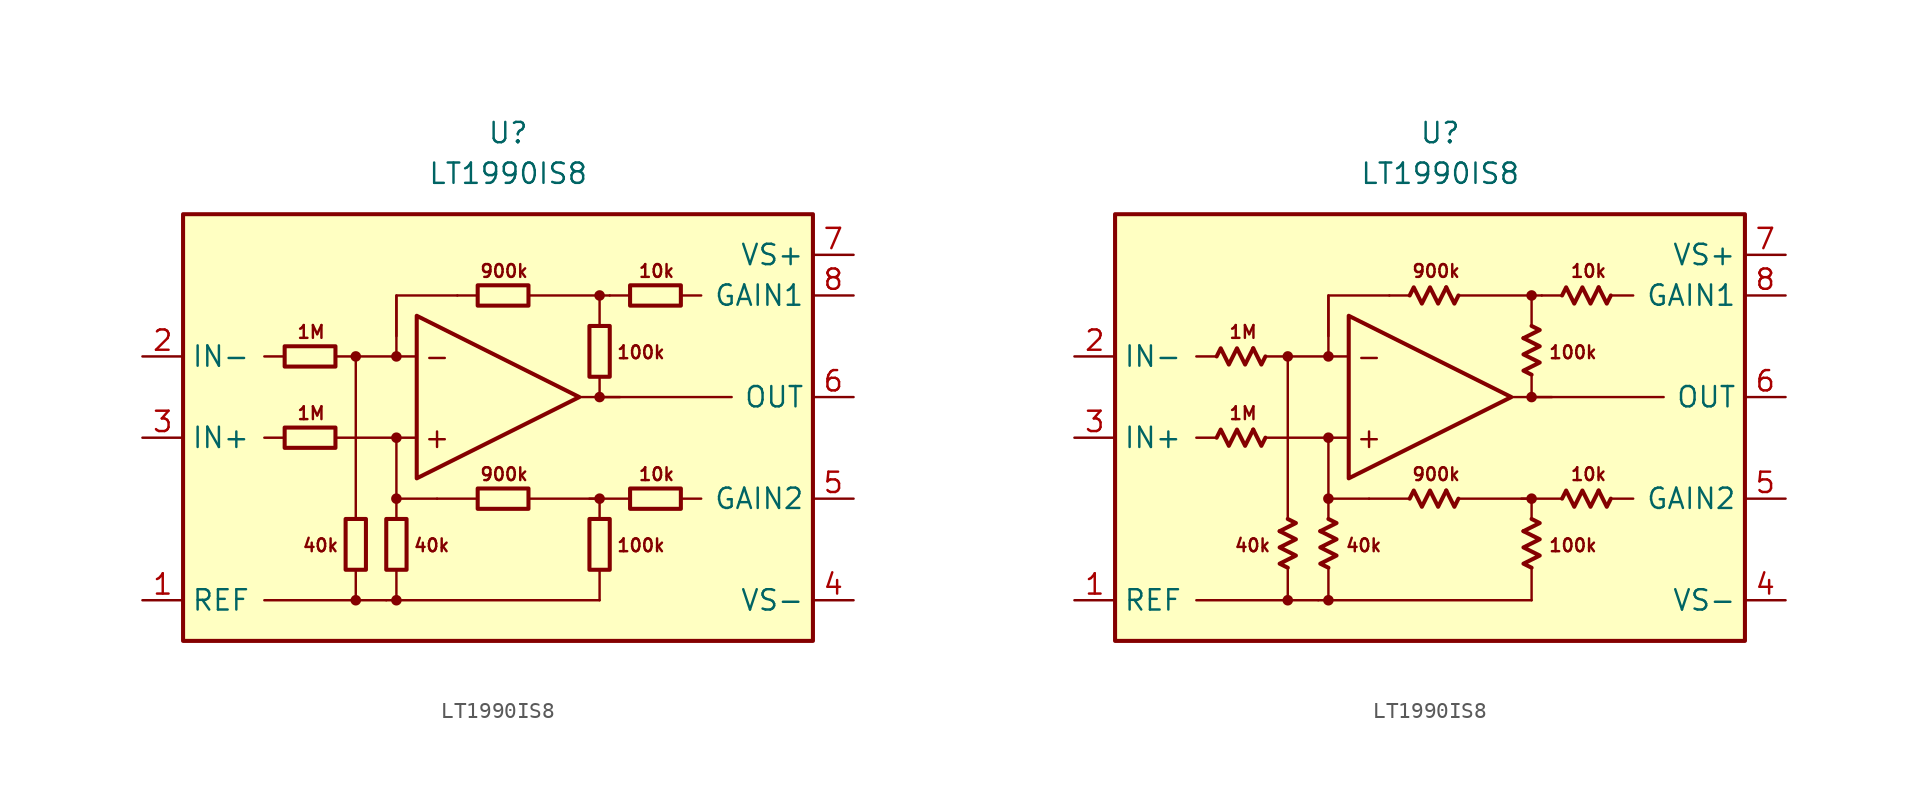
<source format=kicad_sym>
(kicad_symbol_lib
  (version 20231120)
  (generator "kicad_symbol_editor")
  (generator_version "8.0")
  (symbol "LT1990IS8"
    (property "Reference" "U"
      (at 0 19.05 0)
      (effects (font (size 1.27 1.27))))
    (property "Value" "LT1990IS8"
      (at 0 16.51 0)
      (effects (font (size 1.27 1.27))))
    (symbol "LT1990IS8_0_0"
      (rectangle (start -20.32 13.97) (end 19.05 -12.7) (stroke (width 0.254) (type default)) (fill (type background)))
      (circle (center -9.525 -10.16) (radius 0.254) (stroke (width 0.152) (type default)) (fill (type outline)))
      (circle (center -9.525 5.08) (radius 0.254) (stroke (width 0.152) (type default)) (fill (type outline)))
      (circle (center -6.985 -10.16) (radius 0.254) (stroke (width 0.152) (type default)) (fill (type outline)))
      (circle (center -6.985 -3.81) (radius 0.254) (stroke (width 0.152) (type default)) (fill (type outline)))
      (circle (center -6.985 0) (radius 0.254) (stroke (width 0.152) (type default)) (fill (type outline)))
      (circle (center -6.985 5.08) (radius 0.254) (stroke (width 0.152) (type default)) (fill (type outline)))
      (polyline (pts (xy -13.97 0) (xy -15.24 0)) (stroke (width 0.152) (type default)) (fill (type none)))
      (polyline (pts (xy -13.97 5.08) (xy -15.24 5.08)) (stroke (width 0.152) (type default)) (fill (type none)))
      (polyline (pts (xy -9.525 -8.255) (xy -9.525 -10.16)) (stroke (width 0.152) (type default)) (fill (type none)))
      (polyline (pts (xy -9.525 -5.08) (xy -9.525 5.08)) (stroke (width 0.152) (type default)) (fill (type none)))
      (polyline (pts (xy -7.62 -10.16) (xy -15.24 -10.16)) (stroke (width 0.152) (type default)) (fill (type none)))
      (polyline (pts (xy -6.985 -8.255) (xy -6.985 -10.16)) (stroke (width 0.152) (type default)) (fill (type none)))
      (polyline (pts (xy -6.985 -3.81) (xy -6.985 0)) (stroke (width 0.152) (type default)) (fill (type none)))
      (polyline (pts (xy -6.985 5.08) (xy -6.985 8.89)) (stroke (width 0.152) (type default)) (fill (type none)))
      (polyline (pts (xy -5.715 0) (xy -10.795 0)) (stroke (width 0.152) (type default)) (fill (type none)))
      (polyline (pts (xy -5.715 5.08) (xy -10.795 5.08)) (stroke (width 0.152) (type default)) (fill (type none)))
      (polyline (pts (xy -1.905 -3.81) (xy -4.445 -3.81)) (stroke (width 0.152) (type default)) (fill (type none)))
      (polyline (pts (xy -1.905 8.89) (xy -3.175 8.89)) (stroke (width 0.152) (type default)) (fill (type none)))
      (polyline (pts (xy 4.445 2.54) (xy 13.97 2.54)) (stroke (width 0.152) (type default)) (fill (type none)))
      (polyline (pts (xy 5.715 -10.16) (xy -7.62 -10.16)) (stroke (width 0.152) (type default)) (fill (type none)))
      (polyline (pts (xy 5.715 -8.255) (xy 5.715 -10.16)) (stroke (width 0.152) (type default)) (fill (type none)))
      (polyline (pts (xy 5.715 2.54) (xy 5.715 3.81)) (stroke (width 0.152) (type default)) (fill (type none)))
      (polyline (pts (xy 5.715 2.54) (xy 6.985 2.54)) (stroke (width 0.152) (type default)) (fill (type none)))
      (polyline (pts (xy 5.715 8.89) (xy 1.27 8.89)) (stroke (width 0.152) (type default)) (fill (type none)))
      (polyline (pts (xy 7.62 -3.81) (xy 5.08 -3.81)) (stroke (width 0.152) (type default)) (fill (type none)))
      (polyline (pts (xy 7.62 8.89) (xy 6.35 8.89)) (stroke (width 0.152) (type default)) (fill (type none)))
      (polyline (pts (xy 10.795 -3.81) (xy 12.065 -3.81)) (stroke (width 0.152) (type default)) (fill (type none)))
      (polyline (pts (xy 10.795 8.89) (xy 12.065 8.89)) (stroke (width 0.152) (type default)) (fill (type none)))
      (polyline (pts (xy -4.445 -3.81) (xy -6.985 -3.81) (xy -6.985 -5.08)) (stroke (width 0.152) (type default)) (fill (type none)))
      (polyline (pts (xy -3.175 8.89) (xy -6.985 8.89) (xy -6.985 6.35)) (stroke (width 0.152) (type default)) (fill (type none)))
      (polyline (pts (xy 5.715 -5.08) (xy 5.715 -3.81) (xy 1.27 -3.81)) (stroke (width 0.152) (type default)) (fill (type none)))
      (polyline (pts (xy 6.35 8.89) (xy 5.715 8.89) (xy 5.715 6.985)) (stroke (width 0.152) (type default)) (fill (type none)))
      (polyline (pts (xy -5.715 7.62) (xy -5.715 -2.54) (xy 4.445 2.54) (xy -5.715 7.62)) (stroke (width 0.254) (type default)) (fill (type none)))
      (circle (center 5.715 -3.81) (radius 0.254) (stroke (width 0.152) (type default)) (fill (type outline)))
      (circle (center 5.715 2.54) (radius 0.254) (stroke (width 0.152) (type default)) (fill (type outline)))
      (circle (center 5.715 8.89) (radius 0.254) (stroke (width 0.152) (type default)) (fill (type outline)))
      (text "+" (at -4.445 0 0) (effects (font (size 1.27 1.27))))
      (text "-" (at -4.445 5.08 0) (effects (font (size 1.27 1.27))))
      (text "100k" (at 6.731 -6.731 0) (effects (font (size 0.8 0.8)) (justify left)))
      (text "100k" (at 6.731 5.334 0) (effects (font (size 0.8 0.8)) (justify left)))
      (text "10k" (at 9.271 -2.286 0) (effects (font (size 0.8 0.8))))
      (text "10k" (at 9.271 10.414 0) (effects (font (size 0.8 0.8))))
      (text "1M" (at -12.319 1.524 0) (effects (font (size 0.8 0.8))))
      (text "1M" (at -12.319 6.604 0) (effects (font (size 0.8 0.8))))
      (text "40k" (at -10.541 -6.731 0) (effects (font (size 0.8 0.8)) (justify right)))
      (text "40k" (at -5.969 -6.731 0) (effects (font (size 0.8 0.8)) (justify left)))
      (text "900k" (at -0.254 -2.286 0) (effects (font (size 0.8 0.8))))
      (text "900k" (at -0.254 10.414 0) (effects (font (size 0.8 0.8)))))
    (symbol "LT1990IS8_0_1"
      (rectangle (start -13.97 0.635) (end -10.795 -0.635) (stroke (width 0.254) (type default)) (fill (type none)))
      (rectangle (start -13.97 5.715) (end -10.795 4.445) (stroke (width 0.254) (type default)) (fill (type none)))
      (rectangle (start -10.16 -5.08) (end -8.89 -8.255) (stroke (width 0.254) (type default)) (fill (type none)))
      (rectangle (start -7.62 -8.255) (end -6.35 -5.08) (stroke (width 0.254) (type default)) (fill (type none)))
      (rectangle (start -1.905 -3.175) (end 1.27 -4.445) (stroke (width 0.254) (type default)) (fill (type none)))
      (rectangle (start -1.905 9.525) (end 1.27 8.255) (stroke (width 0.254) (type default)) (fill (type none)))
      (rectangle (start 5.08 -8.255) (end 6.35 -5.08) (stroke (width 0.254) (type default)) (fill (type none)))
      (rectangle (start 5.08 3.81) (end 6.35 6.985) (stroke (width 0.254) (type default)) (fill (type none)))
      (rectangle (start 7.62 -3.175) (end 10.795 -4.445) (stroke (width 0.254) (type default)) (fill (type none)))
      (rectangle (start 7.62 9.525) (end 10.795 8.255) (stroke (width 0.254) (type default)) (fill (type none))))
    (symbol "LT1990IS8_0_2"
      (polyline (pts (xy -11.684 0.508) (xy -11.176 -0.508) (xy -10.922 0)) (stroke (width 0.254) (type default)) (fill (type none)))
      (polyline (pts (xy -11.684 5.588) (xy -11.176 4.572) (xy -10.922 5.08)) (stroke (width 0.254) (type default)) (fill (type none)))
      (polyline (pts (xy -10.033 -5.842) (xy -9.017 -5.334) (xy -9.525 -5.08)) (stroke (width 0.254) (type default)) (fill (type none)))
      (polyline (pts (xy -7.493 -5.842) (xy -6.477 -5.334) (xy -6.985 -5.08)) (stroke (width 0.254) (type default)) (fill (type none)))
      (polyline (pts (xy 0.381 -3.302) (xy 0.889 -4.318) (xy 1.143 -3.81)) (stroke (width 0.254) (type default)) (fill (type none)))
      (polyline (pts (xy 0.381 9.398) (xy 0.889 8.382) (xy 1.143 8.89)) (stroke (width 0.254) (type default)) (fill (type none)))
      (polyline (pts (xy 5.207 -5.842) (xy 6.223 -5.334) (xy 5.715 -5.08)) (stroke (width 0.254) (type default)) (fill (type none)))
      (polyline (pts (xy 5.207 6.223) (xy 6.223 6.731) (xy 5.715 6.985)) (stroke (width 0.254) (type default)) (fill (type none)))
      (polyline (pts (xy 9.906 -3.302) (xy 10.414 -4.318) (xy 10.668 -3.81)) (stroke (width 0.254) (type default)) (fill (type none)))
      (polyline (pts (xy 9.906 9.398) (xy 10.414 8.382) (xy 10.668 8.89)) (stroke (width 0.254) (type default)) (fill (type none)))
      (polyline (pts (xy -13.97 0) (xy -13.716 0.508) (xy -13.208 -0.508) (xy -12.7 0.508) (xy -12.192 -0.508) (xy -11.684 0.508)) (stroke (width 0.254) (type default)) (fill (type none)))
      (polyline (pts (xy -13.97 5.08) (xy -13.716 5.588) (xy -13.208 4.572) (xy -12.7 5.588) (xy -12.192 4.572) (xy -11.684 5.588)) (stroke (width 0.254) (type default)) (fill (type none)))
      (polyline (pts (xy -9.525 -8.128) (xy -10.033 -7.874) (xy -9.017 -7.366) (xy -10.033 -6.858) (xy -9.017 -6.35) (xy -10.033 -5.842)) (stroke (width 0.254) (type default)) (fill (type none)))
      (polyline (pts (xy -6.985 -8.128) (xy -7.493 -7.874) (xy -6.477 -7.366) (xy -7.493 -6.858) (xy -6.477 -6.35) (xy -7.493 -5.842)) (stroke (width 0.254) (type default)) (fill (type none)))
      (polyline (pts (xy -1.905 -3.81) (xy -1.651 -3.302) (xy -1.143 -4.318) (xy -0.635 -3.302) (xy -0.127 -4.318) (xy 0.381 -3.302)) (stroke (width 0.254) (type default)) (fill (type none)))
      (polyline (pts (xy -1.905 8.89) (xy -1.651 9.398) (xy -1.143 8.382) (xy -0.635 9.398) (xy -0.127 8.382) (xy 0.381 9.398)) (stroke (width 0.254) (type default)) (fill (type none)))
      (polyline (pts (xy 5.715 -8.128) (xy 5.207 -7.874) (xy 6.223 -7.366) (xy 5.207 -6.858) (xy 6.223 -6.35) (xy 5.207 -5.842)) (stroke (width 0.254) (type default)) (fill (type none)))
      (polyline (pts (xy 5.715 3.937) (xy 5.207 4.191) (xy 6.223 4.699) (xy 5.207 5.207) (xy 6.223 5.715) (xy 5.207 6.223)) (stroke (width 0.254) (type default)) (fill (type none)))
      (polyline (pts (xy 7.62 -3.81) (xy 7.874 -3.302) (xy 8.382 -4.318) (xy 8.89 -3.302) (xy 9.398 -4.318) (xy 9.906 -3.302)) (stroke (width 0.254) (type default)) (fill (type none)))
      (polyline (pts (xy 7.62 8.89) (xy 7.874 9.398) (xy 8.382 8.382) (xy 8.89 9.398) (xy 9.398 8.382) (xy 9.906 9.398)) (stroke (width 0.254) (type default)) (fill (type none))))
    (symbol "LT1990IS8_1_1"
      (pin input line (at -22.86 -10.16 0) (length 2.54) (name "REF" (effects (font (size 1.27 1.27)))) (number "1" (effects (font (size 1.27 1.27)))))
      (pin input line (at -22.86 5.08 0) (length 2.54) (name "IN-" (effects (font (size 1.27 1.27)))) (number "2" (effects (font (size 1.27 1.27)))))
      (pin input line (at -22.86 0 0) (length 2.54) (name "IN+" (effects (font (size 1.27 1.27)))) (number "3" (effects (font (size 1.27 1.27)))))
      (pin power_in line (at 21.59 -10.16 180) (length 2.54) (name "VS-" (effects (font (size 1.27 1.27)))) (number "4" (effects (font (size 1.27 1.27)))))
      (pin passive line (at 21.59 -3.81 180) (length 2.54) (name "GAIN2" (effects (font (size 1.27 1.27)))) (number "5" (effects (font (size 1.27 1.27)))))
      (pin output line (at 21.59 2.54 180) (length 2.54) (name "OUT" (effects (font (size 1.27 1.27)))) (number "6" (effects (font (size 1.27 1.27)))))
      (pin power_in line (at 21.59 11.43 180) (length 2.54) (name "VS+" (effects (font (size 1.27 1.27)))) (number "7" (effects (font (size 1.27 1.27)))))
      (pin passive line (at 21.59 8.89 180) (length 2.54) (name "GAIN1" (effects (font (size 1.27 1.27)))) (number "8" (effects (font (size 1.27 1.27))))))
    (symbol "LT1990IS8_1_2"
      (pin input line (at -22.86 -10.16 0) (length 2.54) (name "REF" (effects (font (size 1.27 1.27)))) (number "1" (effects (font (size 1.27 1.27)))))
      (pin input line (at -22.86 5.08 0) (length 2.54) (name "IN-" (effects (font (size 1.27 1.27)))) (number "2" (effects (font (size 1.27 1.27)))))
      (pin input line (at -22.86 0 0) (length 2.54) (name "IN+" (effects (font (size 1.27 1.27)))) (number "3" (effects (font (size 1.27 1.27)))))
      (pin power_in line (at 21.59 -10.16 180) (length 2.54) (name "VS-" (effects (font (size 1.27 1.27)))) (number "4" (effects (font (size 1.27 1.27)))))
      (pin passive line (at 21.59 -3.81 180) (length 2.54) (name "GAIN2" (effects (font (size 1.27 1.27)))) (number "5" (effects (font (size 1.27 1.27)))))
      (pin output line (at 21.59 2.54 180) (length 2.54) (name "OUT" (effects (font (size 1.27 1.27)))) (number "6" (effects (font (size 1.27 1.27)))))
      (pin power_in line (at 21.59 11.43 180) (length 2.54) (name "VS+" (effects (font (size 1.27 1.27)))) (number "7" (effects (font (size 1.27 1.27)))))
      (pin passive line (at 21.59 8.89 180) (length 2.54) (name "GAIN1" (effects (font (size 1.27 1.27)))) (number "8" (effects (font (size 1.27 1.27))))))))
</source>
